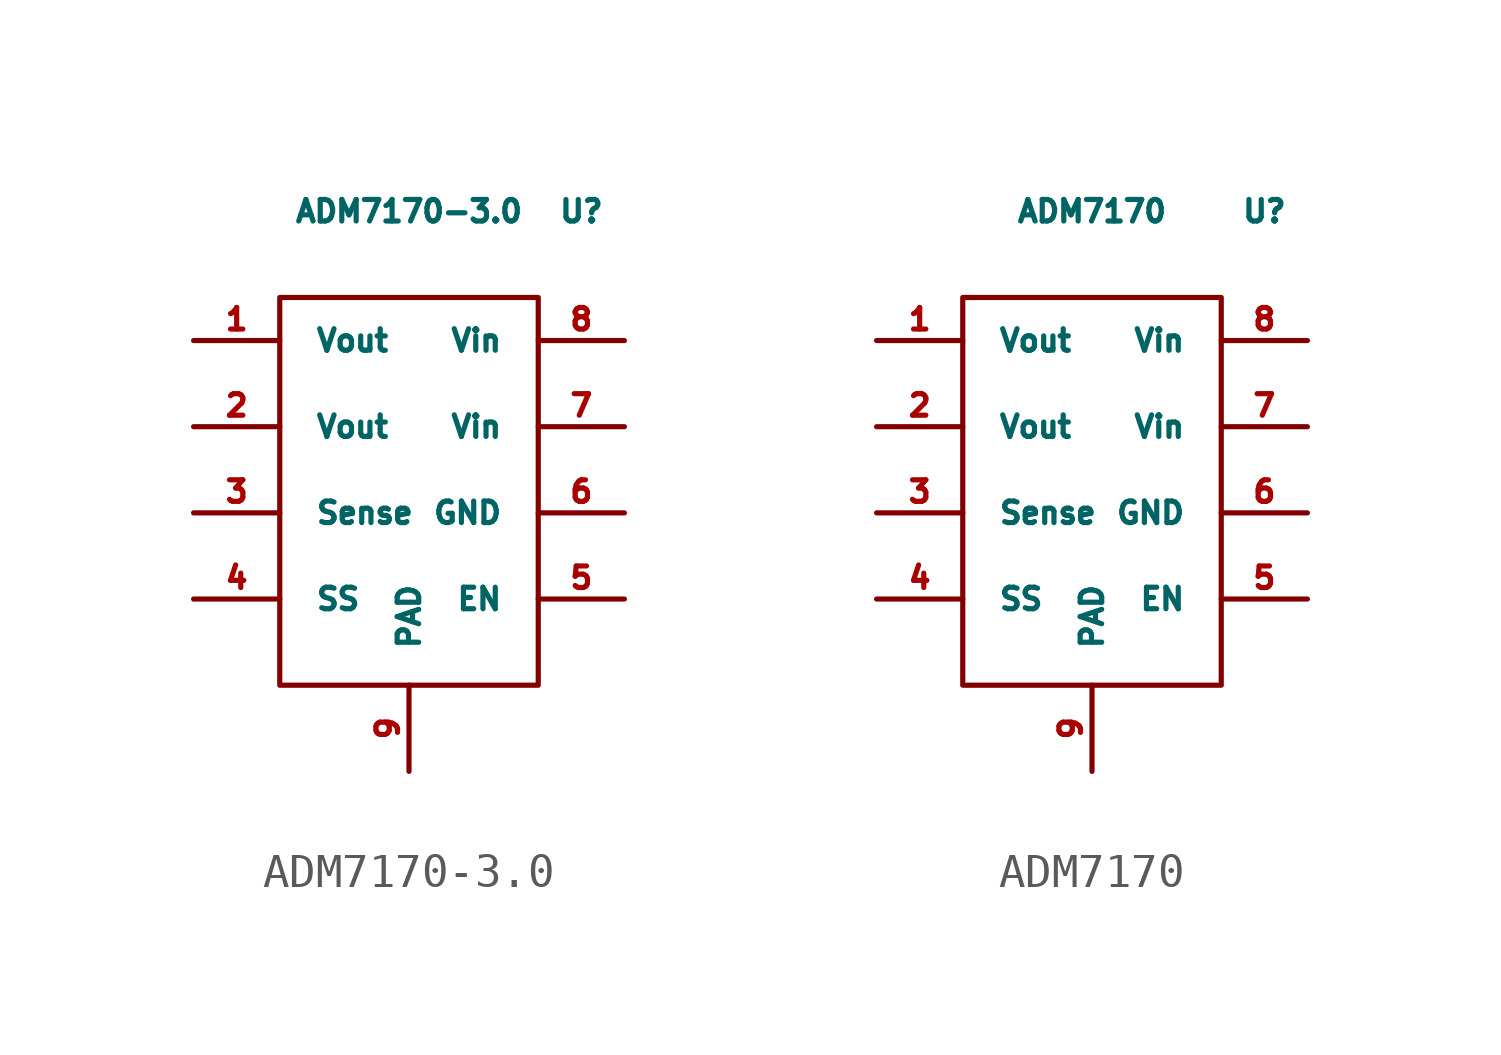
<source format=kicad_sym>
(kicad_symbol_lib
  (version 20211014)
  (generator kicad_symbol_editor)
  (symbol "ADM7170-3.0"
    (pin_names
      (offset 1.016))
    (property "Reference" "U"
      (at 5.08 6.35 0)
      (effects (font (size 0.635 0.635))))
    (property "Value" "ADM7170-3.0"
      (at 0 6.35 0)
      (effects (font (size 0.635 0.635))))
    (symbol "ADM7170-3.0_0_1"
      (rectangle (start -3.81 3.81) (end 3.81 -7.62) (stroke (width 0) (type default) (color 0 0 0 0)) (fill (type none))))
    (symbol "ADM7170-3.0_1_1"
      (pin power_out line (at -6.35 2.54 0) (length 2.54) (name "Vout" (effects (font (size 0.635 0.635)))) (number "1" (effects (font (size 0.635 0.635)))))
      (pin power_out line (at -6.35 0 0) (length 2.54) (name "Vout" (effects (font (size 0.635 0.635)))) (number "2" (effects (font (size 0.635 0.635)))))
      (pin input line (at -6.35 -2.54 0) (length 2.54) (name "Sense" (effects (font (size 0.635 0.635)))) (number "3" (effects (font (size 0.635 0.635)))))
      (pin input line (at -6.35 -5.08 0) (length 2.54) (name "SS" (effects (font (size 0.635 0.635)))) (number "4" (effects (font (size 0.635 0.635)))))
      (pin input line (at 6.35 -5.08 180) (length 2.54) (name "EN" (effects (font (size 0.635 0.635)))) (number "5" (effects (font (size 0.635 0.635)))))
      (pin power_in line (at 6.35 -2.54 180) (length 2.54) (name "GND" (effects (font (size 0.635 0.635)))) (number "6" (effects (font (size 0.635 0.635)))))
      (pin power_in line (at 6.35 0 180) (length 2.54) (name "Vin" (effects (font (size 0.635 0.635)))) (number "7" (effects (font (size 0.635 0.635)))))
      (pin power_in line (at 6.35 2.54 180) (length 2.54) (name "Vin" (effects (font (size 0.635 0.635)))) (number "8" (effects (font (size 0.635 0.635)))))
      (pin power_in line (at 0 -10.16 90) (length 2.54) (name "PAD" (effects (font (size 0.635 0.635)))) (number "9" (effects (font (size 0.635 0.635)))))))
  (symbol "ADM7170"
    (pin_names
      (offset 1.016))
    (property "Reference" "U"
      (at 5.08 6.35 0)
      (effects (font (size 0.635 0.635))))
    (property "Value" "ADM7170"
      (at 0 6.35 0)
      (effects (font (size 0.635 0.635))))
    (symbol "ADM7170_0_1"
      (rectangle (start -3.81 3.81) (end 3.81 -7.62) (stroke (width 0) (type default) (color 0 0 0 0)) (fill (type none))))
    (symbol "ADM7170_1_1"
      (pin power_out line (at -6.35 2.54 0) (length 2.54) (name "Vout" (effects (font (size 0.635 0.635)))) (number "1" (effects (font (size 0.635 0.635)))))
      (pin power_out line (at -6.35 0 0) (length 2.54) (name "Vout" (effects (font (size 0.635 0.635)))) (number "2" (effects (font (size 0.635 0.635)))))
      (pin input line (at -6.35 -2.54 0) (length 2.54) (name "Sense" (effects (font (size 0.635 0.635)))) (number "3" (effects (font (size 0.635 0.635)))))
      (pin input line (at -6.35 -5.08 0) (length 2.54) (name "SS" (effects (font (size 0.635 0.635)))) (number "4" (effects (font (size 0.635 0.635)))))
      (pin input line (at 6.35 -5.08 180) (length 2.54) (name "EN" (effects (font (size 0.635 0.635)))) (number "5" (effects (font (size 0.635 0.635)))))
      (pin power_in line (at 6.35 -2.54 180) (length 2.54) (name "GND" (effects (font (size 0.635 0.635)))) (number "6" (effects (font (size 0.635 0.635)))))
      (pin power_in line (at 6.35 0 180) (length 2.54) (name "Vin" (effects (font (size 0.635 0.635)))) (number "7" (effects (font (size 0.635 0.635)))))
      (pin power_in line (at 6.35 2.54 180) (length 2.54) (name "Vin" (effects (font (size 0.635 0.635)))) (number "8" (effects (font (size 0.635 0.635)))))
      (pin power_in line (at 0 -10.16 90) (length 2.54) (name "PAD" (effects (font (size 0.635 0.635)))) (number "9" (effects (font (size 0.635 0.635))))))))
</source>
